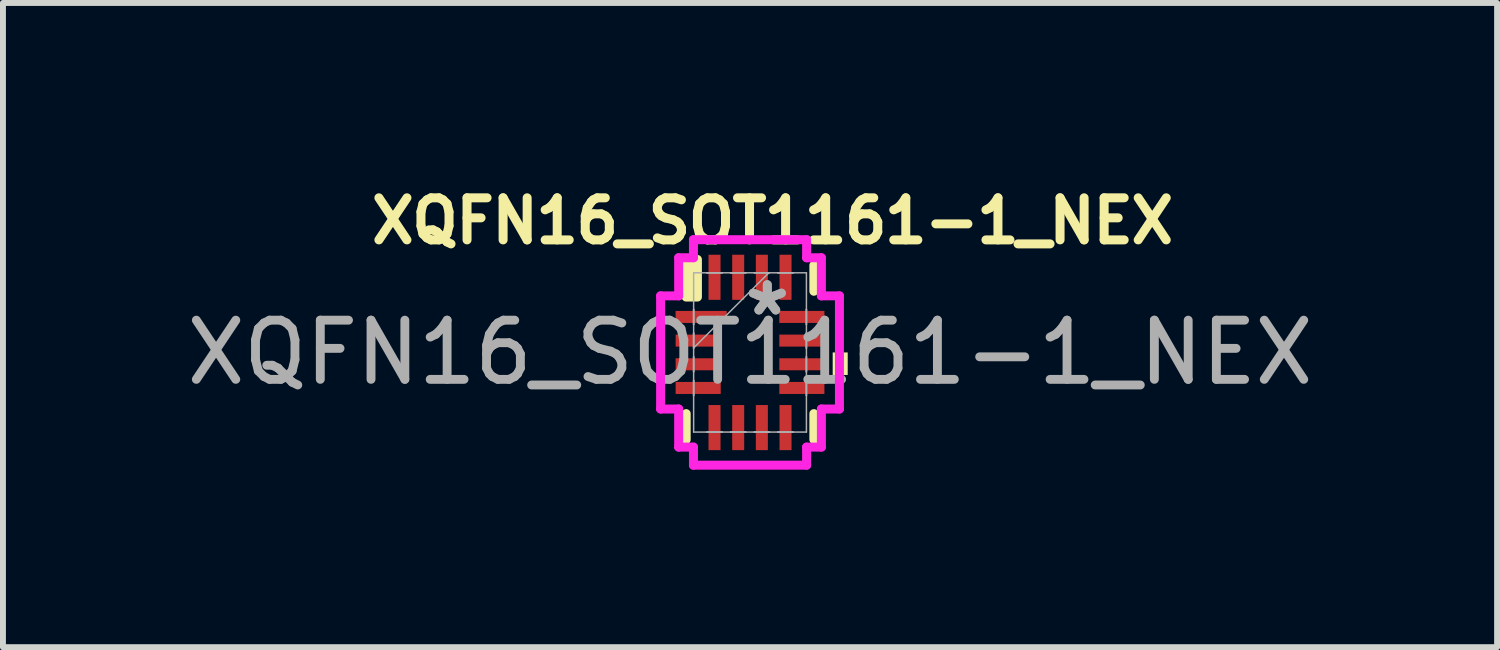
<source format=kicad_pcb>
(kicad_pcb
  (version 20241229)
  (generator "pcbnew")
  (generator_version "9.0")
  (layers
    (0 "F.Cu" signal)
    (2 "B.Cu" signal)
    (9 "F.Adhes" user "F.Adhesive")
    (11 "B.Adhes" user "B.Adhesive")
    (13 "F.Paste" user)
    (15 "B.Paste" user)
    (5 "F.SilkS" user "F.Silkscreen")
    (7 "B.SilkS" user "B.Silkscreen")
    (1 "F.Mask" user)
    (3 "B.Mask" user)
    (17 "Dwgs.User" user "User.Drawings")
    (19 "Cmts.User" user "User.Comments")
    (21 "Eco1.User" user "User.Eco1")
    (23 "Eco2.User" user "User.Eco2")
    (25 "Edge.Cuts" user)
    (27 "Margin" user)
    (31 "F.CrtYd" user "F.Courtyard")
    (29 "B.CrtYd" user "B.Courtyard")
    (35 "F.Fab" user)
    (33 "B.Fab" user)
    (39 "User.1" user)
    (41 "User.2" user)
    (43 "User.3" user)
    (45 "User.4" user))
  (footprint "XQFN16_SOT1161-1_NEX"
    (layer "F.Cu")
    (at 9.625 2.906)
    (property "Reference" "XQFN16_SOT1161-1_NEX" (at 0.381 -2.223 0) (unlocked yes) (layer "F.SilkS") (effects (font (size 0.711 0.711) (thickness 0.152) (bold yes))))
    (attr smd)
    (fp_line (start -1.079 -1.473) (end -1.079 -1.034) (stroke (width 0.152) (type solid)) (layer "F.SilkS"))
    (fp_line (start -1.079 1.034) (end -1.079 1.473) (stroke (width 0.152) (type solid)) (layer "F.SilkS"))
    (fp_line (start 1.079 -1.034) (end 1.079 -1.473) (stroke (width 0.152) (type solid)) (layer "F.SilkS"))
    (fp_line (start 1.079 1.473) (end 1.079 1.034) (stroke (width 0.152) (type solid)) (layer "F.SilkS"))
    (fp_rect (start -1.079 -1.571) (end -0.889 -0.936) (stroke (width 0.152) (type solid)) (fill yes) (layer "F.SilkS"))
    (fp_poly (pts (xy 1.651 0) (xy 1.651 0.381) (xy 1.397 0.381) (xy 1.397 0)) (stroke (width 0) (type solid)) (fill yes) (layer "F.SilkS"))
    (fp_line (start -1.511 -0.956) (end -1.206 -0.956) (stroke (width 0.152) (type solid)) (layer "F.CrtYd"))
    (fp_line (start -1.511 0.956) (end -1.511 -0.956) (stroke (width 0.152) (type solid)) (layer "F.CrtYd"))
    (fp_line (start -1.206 -1.6) (end -0.956 -1.6) (stroke (width 0.152) (type solid)) (layer "F.CrtYd"))
    (fp_line (start -1.206 -0.956) (end -1.206 -1.6) (stroke (width 0.152) (type solid)) (layer "F.CrtYd"))
    (fp_line (start -1.206 0.956) (end -1.511 0.956) (stroke (width 0.152) (type solid)) (layer "F.CrtYd"))
    (fp_line (start -1.206 1.6) (end -1.206 0.956) (stroke (width 0.152) (type solid)) (layer "F.CrtYd"))
    (fp_line (start -0.956 -1.905) (end 0.956 -1.905) (stroke (width 0.152) (type solid)) (layer "F.CrtYd"))
    (fp_line (start -0.956 -1.6) (end -0.956 -1.905) (stroke (width 0.152) (type solid)) (layer "F.CrtYd"))
    (fp_line (start -0.956 1.6) (end -1.206 1.6) (stroke (width 0.152) (type solid)) (layer "F.CrtYd"))
    (fp_line (start -0.956 1.905) (end -0.956 1.6) (stroke (width 0.152) (type solid)) (layer "F.CrtYd"))
    (fp_line (start 0.956 -1.905) (end 0.956 -1.6) (stroke (width 0.152) (type solid)) (layer "F.CrtYd"))
    (fp_line (start 0.956 -1.6) (end 1.206 -1.6) (stroke (width 0.152) (type solid)) (layer "F.CrtYd"))
    (fp_line (start 0.956 1.6) (end 0.956 1.905) (stroke (width 0.152) (type solid)) (layer "F.CrtYd"))
    (fp_line (start 0.956 1.905) (end -0.956 1.905) (stroke (width 0.152) (type solid)) (layer "F.CrtYd"))
    (fp_line (start 1.206 -1.6) (end 1.206 -0.956) (stroke (width 0.152) (type solid)) (layer "F.CrtYd"))
    (fp_line (start 1.206 -0.956) (end 1.511 -0.956) (stroke (width 0.152) (type solid)) (layer "F.CrtYd"))
    (fp_line (start 1.206 0.956) (end 1.206 1.6) (stroke (width 0.152) (type solid)) (layer "F.CrtYd"))
    (fp_line (start 1.206 1.6) (end 0.956 1.6) (stroke (width 0.152) (type solid)) (layer "F.CrtYd"))
    (fp_line (start 1.511 -0.956) (end 1.511 0.956) (stroke (width 0.152) (type solid)) (layer "F.CrtYd"))
    (fp_line (start 1.511 0.956) (end 1.206 0.956) (stroke (width 0.152) (type solid)) (layer "F.CrtYd"))
    (fp_line (start -0.953 -1.346) (end -0.953 1.346) (stroke (width 0.025) (type solid)) (layer "F.Fab"))
    (fp_line (start -0.953 -0.727) (end -0.953 -0.727) (stroke (width 0.025) (type solid)) (layer "F.Fab"))
    (fp_line (start -0.953 -0.727) (end -0.953 -0.473) (stroke (width 0.025) (type solid)) (layer "F.Fab"))
    (fp_line (start -0.953 -0.473) (end -0.953 -0.727) (stroke (width 0.025) (type solid)) (layer "F.Fab"))
    (fp_line (start -0.953 -0.473) (end -0.953 -0.473) (stroke (width 0.025) (type solid)) (layer "F.Fab"))
    (fp_line (start -0.953 -0.327) (end -0.953 -0.327) (stroke (width 0.025) (type solid)) (layer "F.Fab"))
    (fp_line (start -0.953 -0.327) (end -0.953 -0.073) (stroke (width 0.025) (type solid)) (layer "F.Fab"))
    (fp_line (start -0.953 -0.076) (end 0.318 -1.346) (stroke (width 0.025) (type solid)) (layer "F.Fab"))
    (fp_line (start -0.953 -0.073) (end -0.953 -0.327) (stroke (width 0.025) (type solid)) (layer "F.Fab"))
    (fp_line (start -0.953 -0.073) (end -0.953 -0.073) (stroke (width 0.025) (type solid)) (layer "F.Fab"))
    (fp_line (start -0.953 0.073) (end -0.953 0.073) (stroke (width 0.025) (type solid)) (layer "F.Fab"))
    (fp_line (start -0.953 0.073) (end -0.953 0.327) (stroke (width 0.025) (type solid)) (layer "F.Fab"))
    (fp_line (start -0.953 0.327) (end -0.953 0.073) (stroke (width 0.025) (type solid)) (layer "F.Fab"))
    (fp_line (start -0.953 0.327) (end -0.953 0.327) (stroke (width 0.025) (type solid)) (layer "F.Fab"))
    (fp_line (start -0.953 0.473) (end -0.953 0.473) (stroke (width 0.025) (type solid)) (layer "F.Fab"))
    (fp_line (start -0.953 0.473) (end -0.953 0.727) (stroke (width 0.025) (type solid)) (layer "F.Fab"))
    (fp_line (start -0.953 0.727) (end -0.953 0.473) (stroke (width 0.025) (type solid)) (layer "F.Fab"))
    (fp_line (start -0.953 0.727) (end -0.953 0.727) (stroke (width 0.025) (type solid)) (layer "F.Fab"))
    (fp_line (start -0.953 1.346) (end 0.953 1.346) (stroke (width 0.025) (type solid)) (layer "F.Fab"))
    (fp_line (start -0.727 -1.346) (end -0.727 -1.346) (stroke (width 0.025) (type solid)) (layer "F.Fab"))
    (fp_line (start -0.727 -1.346) (end -0.473 -1.346) (stroke (width 0.025) (type solid)) (layer "F.Fab"))
    (fp_line (start -0.727 1.346) (end -0.727 1.346) (stroke (width 0.025) (type solid)) (layer "F.Fab"))
    (fp_line (start -0.727 1.346) (end -0.473 1.346) (stroke (width 0.025) (type solid)) (layer "F.Fab"))
    (fp_line (start -0.473 -1.346) (end -0.727 -1.346) (stroke (width 0.025) (type solid)) (layer "F.Fab"))
    (fp_line (start -0.473 -1.346) (end -0.473 -1.346) (stroke (width 0.025) (type solid)) (layer "F.Fab"))
    (fp_line (start -0.473 1.346) (end -0.727 1.346) (stroke (width 0.025) (type solid)) (layer "F.Fab"))
    (fp_line (start -0.473 1.346) (end -0.473 1.346) (stroke (width 0.025) (type solid)) (layer "F.Fab"))
    (fp_line (start -0.327 -1.346) (end -0.327 -1.346) (stroke (width 0.025) (type solid)) (layer "F.Fab"))
    (fp_line (start -0.327 -1.346) (end -0.073 -1.346) (stroke (width 0.025) (type solid)) (layer "F.Fab"))
    (fp_line (start -0.327 1.346) (end -0.327 1.346) (stroke (width 0.025) (type solid)) (layer "F.Fab"))
    (fp_line (start -0.327 1.346) (end -0.073 1.346) (stroke (width 0.025) (type solid)) (layer "F.Fab"))
    (fp_line (start -0.073 -1.346) (end -0.327 -1.346) (stroke (width 0.025) (type solid)) (layer "F.Fab"))
    (fp_line (start -0.073 -1.346) (end -0.073 -1.346) (stroke (width 0.025) (type solid)) (layer "F.Fab"))
    (fp_line (start -0.073 1.346) (end -0.327 1.346) (stroke (width 0.025) (type solid)) (layer "F.Fab"))
    (fp_line (start -0.073 1.346) (end -0.073 1.346) (stroke (width 0.025) (type solid)) (layer "F.Fab"))
    (fp_line (start 0.073 -1.346) (end 0.073 -1.346) (stroke (width 0.025) (type solid)) (layer "F.Fab"))
    (fp_line (start 0.073 -1.346) (end 0.327 -1.346) (stroke (width 0.025) (type solid)) (layer "F.Fab"))
    (fp_line (start 0.073 1.346) (end 0.073 1.346) (stroke (width 0.025) (type solid)) (layer "F.Fab"))
    (fp_line (start 0.073 1.346) (end 0.327 1.346) (stroke (width 0.025) (type solid)) (layer "F.Fab"))
    (fp_line (start 0.327 -1.346) (end 0.073 -1.346) (stroke (width 0.025) (type solid)) (layer "F.Fab"))
    (fp_line (start 0.327 -1.346) (end 0.327 -1.346) (stroke (width 0.025) (type solid)) (layer "F.Fab"))
    (fp_line (start 0.327 1.346) (end 0.073 1.346) (stroke (width 0.025) (type solid)) (layer "F.Fab"))
    (fp_line (start 0.327 1.346) (end 0.327 1.346) (stroke (width 0.025) (type solid)) (layer "F.Fab"))
    (fp_line (start 0.473 -1.346) (end 0.473 -1.346) (stroke (width 0.025) (type solid)) (layer "F.Fab"))
    (fp_line (start 0.473 -1.346) (end 0.727 -1.346) (stroke (width 0.025) (type solid)) (layer "F.Fab"))
    (fp_line (start 0.473 1.346) (end 0.473 1.346) (stroke (width 0.025) (type solid)) (layer "F.Fab"))
    (fp_line (start 0.473 1.346) (end 0.727 1.346) (stroke (width 0.025) (type solid)) (layer "F.Fab"))
    (fp_line (start 0.727 -1.346) (end 0.473 -1.346) (stroke (width 0.025) (type solid)) (layer "F.Fab"))
    (fp_line (start 0.727 -1.346) (end 0.727 -1.346) (stroke (width 0.025) (type solid)) (layer "F.Fab"))
    (fp_line (start 0.727 1.346) (end 0.473 1.346) (stroke (width 0.025) (type solid)) (layer "F.Fab"))
    (fp_line (start 0.727 1.346) (end 0.727 1.346) (stroke (width 0.025) (type solid)) (layer "F.Fab"))
    (fp_line (start 0.953 -1.346) (end -0.953 -1.346) (stroke (width 0.025) (type solid)) (layer "F.Fab"))
    (fp_line (start 0.953 -0.727) (end 0.953 -0.727) (stroke (width 0.025) (type solid)) (layer "F.Fab"))
    (fp_line (start 0.953 -0.727) (end 0.953 -0.473) (stroke (width 0.025) (type solid)) (layer "F.Fab"))
    (fp_line (start 0.953 -0.473) (end 0.953 -0.727) (stroke (width 0.025) (type solid)) (layer "F.Fab"))
    (fp_line (start 0.953 -0.473) (end 0.953 -0.473) (stroke (width 0.025) (type solid)) (layer "F.Fab"))
    (fp_line (start 0.953 -0.327) (end 0.953 -0.327) (stroke (width 0.025) (type solid)) (layer "F.Fab"))
    (fp_line (start 0.953 -0.327) (end 0.953 -0.073) (stroke (width 0.025) (type solid)) (layer "F.Fab"))
    (fp_line (start 0.953 -0.073) (end 0.953 -0.327) (stroke (width 0.025) (type solid)) (layer "F.Fab"))
    (fp_line (start 0.953 -0.073) (end 0.953 -0.073) (stroke (width 0.025) (type solid)) (layer "F.Fab"))
    (fp_line (start 0.953 0.073) (end 0.953 0.073) (stroke (width 0.025) (type solid)) (layer "F.Fab"))
    (fp_line (start 0.953 0.073) (end 0.953 0.327) (stroke (width 0.025) (type solid)) (layer "F.Fab"))
    (fp_line (start 0.953 0.327) (end 0.953 0.073) (stroke (width 0.025) (type solid)) (layer "F.Fab"))
    (fp_line (start 0.953 0.327) (end 0.953 0.327) (stroke (width 0.025) (type solid)) (layer "F.Fab"))
    (fp_line (start 0.953 0.473) (end 0.953 0.473) (stroke (width 0.025) (type solid)) (layer "F.Fab"))
    (fp_line (start 0.953 0.473) (end 0.953 0.727) (stroke (width 0.025) (type solid)) (layer "F.Fab"))
    (fp_line (start 0.953 0.727) (end 0.953 0.473) (stroke (width 0.025) (type solid)) (layer "F.Fab"))
    (fp_line (start 0.953 0.727) (end 0.953 0.727) (stroke (width 0.025) (type solid)) (layer "F.Fab"))
    (fp_line (start 0.953 1.346) (end 0.953 -1.346) (stroke (width 0.025) (type solid)) (layer "F.Fab"))
    (fp_text user "*" (at 0.292 -0.6 0) (unlocked yes) (layer "F.Fab") (effects (font (size 1 1) (thickness 0.15))))
    (fp_text user "${REFERENCE}" (at 0 0 0) (unlocked yes) (layer "F.Fab") (effects (font (size 1 1) (thickness 0.15))))
    (fp_text user "*" (at 0.292 -0.6 0) (layer "F.Fab") (effects (font (size 1 1) (thickness 0.15))))
    (pad "1" smd rect (at -0.826 -0.6) (size 0.864 0.203) (layers "F.Cu" "F.Mask" "F.Paste"))
    (pad "2" smd rect (at -0.876 -0.2 90) (size 0.203 0.762) (layers "F.Cu" "F.Mask" "F.Paste"))
    (pad "3" smd rect (at -0.876 0.2 90) (size 0.203 0.762) (layers "F.Cu" "F.Mask" "F.Paste"))
    (pad "4" smd rect (at -0.876 0.6 90) (size 0.203 0.762) (layers "F.Cu" "F.Mask" "F.Paste"))
    (pad "5" smd rect (at -0.6 1.27) (size 0.203 0.762) (layers "F.Cu" "F.Mask" "F.Paste"))
    (pad "6" smd rect (at -0.2 1.27) (size 0.203 0.762) (layers "F.Cu" "F.Mask" "F.Paste"))
    (pad "7" smd rect (at 0.2 1.27) (size 0.203 0.762) (layers "F.Cu" "F.Mask" "F.Paste"))
    (pad "8" smd rect (at 0.6 1.27) (size 0.203 0.762) (layers "F.Cu" "F.Mask" "F.Paste"))
    (pad "9" smd rect (at 0.876 0.6 90) (size 0.203 0.762) (layers "F.Cu" "F.Mask" "F.Paste"))
    (pad "10" smd rect (at 0.876 0.2 90) (size 0.203 0.762) (layers "F.Cu" "F.Mask" "F.Paste"))
    (pad "11" smd rect (at 0.876 -0.2 90) (size 0.203 0.762) (layers "F.Cu" "F.Mask" "F.Paste"))
    (pad "12" smd rect (at 0.876 -0.6 90) (size 0.203 0.762) (layers "F.Cu" "F.Mask" "F.Paste"))
    (pad "13" smd rect (at 0.6 -1.27) (size 0.203 0.762) (layers "F.Cu" "F.Mask" "F.Paste"))
    (pad "14" smd rect (at 0.2 -1.27) (size 0.203 0.762) (layers "F.Cu" "F.Mask" "F.Paste"))
    (pad "15" smd rect (at -0.2 -1.27) (size 0.203 0.762) (layers "F.Cu" "F.Mask" "F.Paste"))
    (pad "16" smd rect (at -0.6 -1.27) (size 0.203 0.762) (layers "F.Cu" "F.Mask" "F.Paste")))
  (gr_rect
    (start -3 -3)
    (end 22.25 7.887)
    (stroke (width 0.1) (type default))
    (fill no)
    (layer "Edge.Cuts")))
</source>
